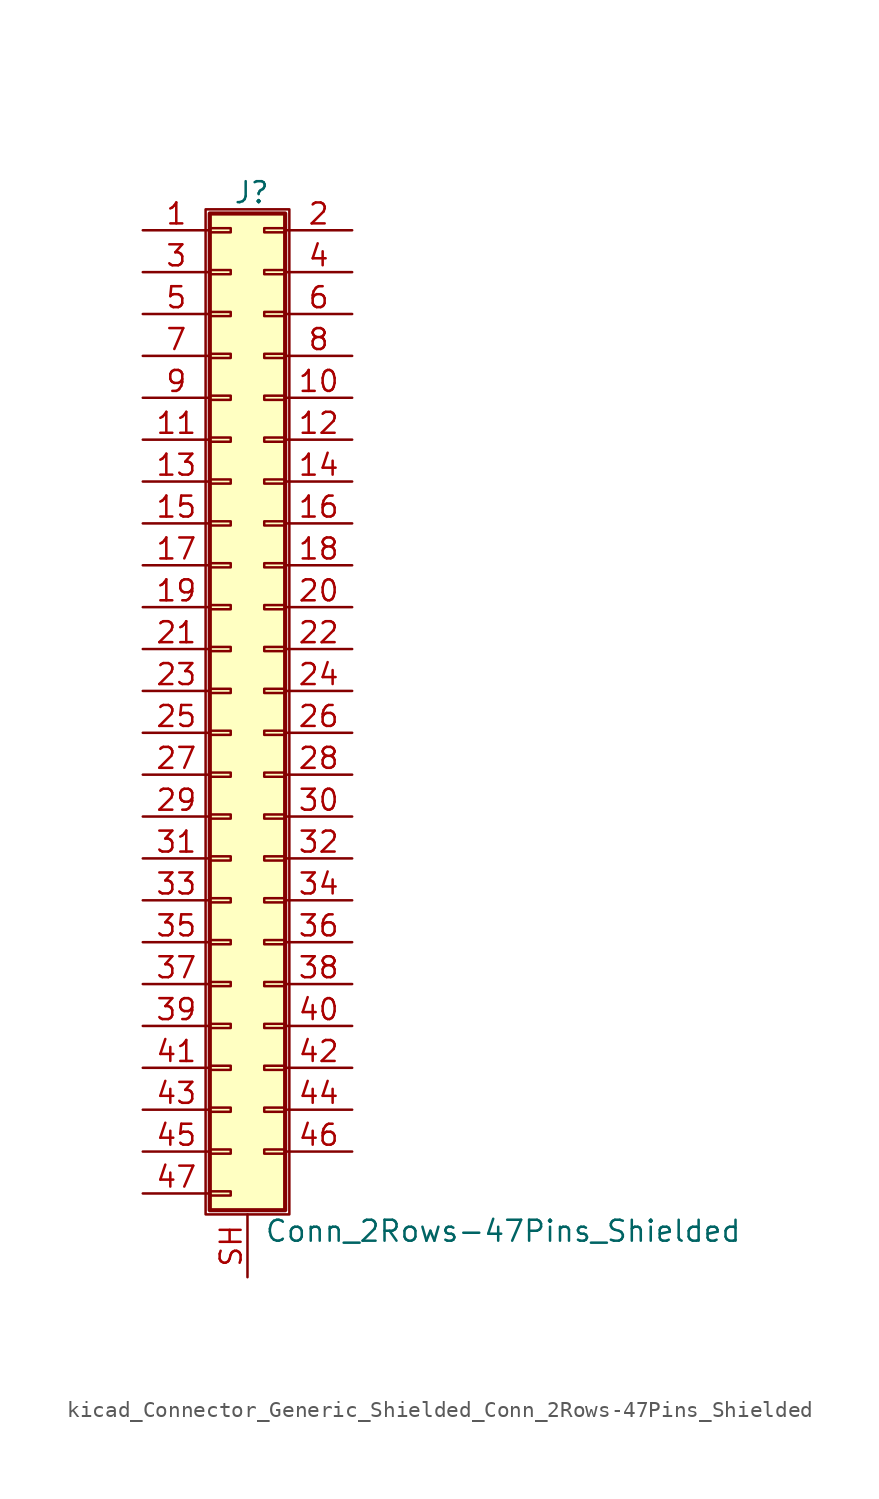
<source format=kicad_sym>
(kicad_symbol_lib
  (version 20220914)
  (generator kicad_symbol_editor)
  (symbol "kicad_Connector_Generic_Shielded_Conn_2Rows-47Pins_Shielded"
    (pin_names
      (offset 1.016) hide)
    (property "Reference" "J"
      (at 1.524 30.226 0)
      (effects (font (size 1.27 1.27))))
    (property "Value" "Conn_2Rows-47Pins_Shielded"
      (at 2.286 -32.766 0)
      (effects (font (size 1.27 1.27)) (justify left)))
    (symbol "kicad_Connector_Generic_Shielded_Conn_2Rows-47Pins_Shielded_1_1"
      (rectangle (start -1.27 29.21) (end 3.81 -31.75) (stroke (width 0.152) (type default)) (fill (type none)))
      (rectangle (start -1.016 -30.353) (end 0.254 -30.607) (stroke (width 0.152) (type default)) (fill (type none)))
      (rectangle (start -1.016 -27.813) (end 0.254 -28.067) (stroke (width 0.152) (type default)) (fill (type none)))
      (rectangle (start -1.016 -25.273) (end 0.254 -25.527) (stroke (width 0.152) (type default)) (fill (type none)))
      (rectangle (start -1.016 -22.733) (end 0.254 -22.987) (stroke (width 0.152) (type default)) (fill (type none)))
      (rectangle (start -1.016 -20.193) (end 0.254 -20.447) (stroke (width 0.152) (type default)) (fill (type none)))
      (rectangle (start -1.016 -17.653) (end 0.254 -17.907) (stroke (width 0.152) (type default)) (fill (type none)))
      (rectangle (start -1.016 -15.113) (end 0.254 -15.367) (stroke (width 0.152) (type default)) (fill (type none)))
      (rectangle (start -1.016 -12.573) (end 0.254 -12.827) (stroke (width 0.152) (type default)) (fill (type none)))
      (rectangle (start -1.016 -10.033) (end 0.254 -10.287) (stroke (width 0.152) (type default)) (fill (type none)))
      (rectangle (start -1.016 -7.493) (end 0.254 -7.747) (stroke (width 0.152) (type default)) (fill (type none)))
      (rectangle (start -1.016 -4.953) (end 0.254 -5.207) (stroke (width 0.152) (type default)) (fill (type none)))
      (rectangle (start -1.016 -2.413) (end 0.254 -2.667) (stroke (width 0.152) (type default)) (fill (type none)))
      (rectangle (start -1.016 0.127) (end 0.254 -0.127) (stroke (width 0.152) (type default)) (fill (type none)))
      (rectangle (start -1.016 2.667) (end 0.254 2.413) (stroke (width 0.152) (type default)) (fill (type none)))
      (rectangle (start -1.016 5.207) (end 0.254 4.953) (stroke (width 0.152) (type default)) (fill (type none)))
      (rectangle (start -1.016 7.747) (end 0.254 7.493) (stroke (width 0.152) (type default)) (fill (type none)))
      (rectangle (start -1.016 10.287) (end 0.254 10.033) (stroke (width 0.152) (type default)) (fill (type none)))
      (rectangle (start -1.016 12.827) (end 0.254 12.573) (stroke (width 0.152) (type default)) (fill (type none)))
      (rectangle (start -1.016 15.367) (end 0.254 15.113) (stroke (width 0.152) (type default)) (fill (type none)))
      (rectangle (start -1.016 17.907) (end 0.254 17.653) (stroke (width 0.152) (type default)) (fill (type none)))
      (rectangle (start -1.016 20.447) (end 0.254 20.193) (stroke (width 0.152) (type default)) (fill (type none)))
      (rectangle (start -1.016 22.987) (end 0.254 22.733) (stroke (width 0.152) (type default)) (fill (type none)))
      (rectangle (start -1.016 25.527) (end 0.254 25.273) (stroke (width 0.152) (type default)) (fill (type none)))
      (rectangle (start -1.016 28.067) (end 0.254 27.813) (stroke (width 0.152) (type default)) (fill (type none)))
      (rectangle (start -1.016 28.956) (end 3.556 -31.496) (stroke (width 0.254) (type default)) (fill (type background)))
      (rectangle (start 3.556 -27.813) (end 2.286 -28.067) (stroke (width 0.152) (type default)) (fill (type none)))
      (rectangle (start 3.556 -25.273) (end 2.286 -25.527) (stroke (width 0.152) (type default)) (fill (type none)))
      (rectangle (start 3.556 -22.733) (end 2.286 -22.987) (stroke (width 0.152) (type default)) (fill (type none)))
      (rectangle (start 3.556 -20.193) (end 2.286 -20.447) (stroke (width 0.152) (type default)) (fill (type none)))
      (rectangle (start 3.556 -17.653) (end 2.286 -17.907) (stroke (width 0.152) (type default)) (fill (type none)))
      (rectangle (start 3.556 -15.113) (end 2.286 -15.367) (stroke (width 0.152) (type default)) (fill (type none)))
      (rectangle (start 3.556 -12.573) (end 2.286 -12.827) (stroke (width 0.152) (type default)) (fill (type none)))
      (rectangle (start 3.556 -10.033) (end 2.286 -10.287) (stroke (width 0.152) (type default)) (fill (type none)))
      (rectangle (start 3.556 -7.493) (end 2.286 -7.747) (stroke (width 0.152) (type default)) (fill (type none)))
      (rectangle (start 3.556 -4.953) (end 2.286 -5.207) (stroke (width 0.152) (type default)) (fill (type none)))
      (rectangle (start 3.556 -2.413) (end 2.286 -2.667) (stroke (width 0.152) (type default)) (fill (type none)))
      (rectangle (start 3.556 0.127) (end 2.286 -0.127) (stroke (width 0.152) (type default)) (fill (type none)))
      (rectangle (start 3.556 2.667) (end 2.286 2.413) (stroke (width 0.152) (type default)) (fill (type none)))
      (rectangle (start 3.556 5.207) (end 2.286 4.953) (stroke (width 0.152) (type default)) (fill (type none)))
      (rectangle (start 3.556 7.747) (end 2.286 7.493) (stroke (width 0.152) (type default)) (fill (type none)))
      (rectangle (start 3.556 10.287) (end 2.286 10.033) (stroke (width 0.152) (type default)) (fill (type none)))
      (rectangle (start 3.556 12.827) (end 2.286 12.573) (stroke (width 0.152) (type default)) (fill (type none)))
      (rectangle (start 3.556 15.367) (end 2.286 15.113) (stroke (width 0.152) (type default)) (fill (type none)))
      (rectangle (start 3.556 17.907) (end 2.286 17.653) (stroke (width 0.152) (type default)) (fill (type none)))
      (rectangle (start 3.556 20.447) (end 2.286 20.193) (stroke (width 0.152) (type default)) (fill (type none)))
      (rectangle (start 3.556 22.987) (end 2.286 22.733) (stroke (width 0.152) (type default)) (fill (type none)))
      (rectangle (start 3.556 25.527) (end 2.286 25.273) (stroke (width 0.152) (type default)) (fill (type none)))
      (rectangle (start 3.556 28.067) (end 2.286 27.813) (stroke (width 0.152) (type default)) (fill (type none)))
      (pin passive line (at -5.08 27.94 0) (length 4.064) (name "Pin_1" (effects (font (size 1.27 1.27)))) (number "1" (effects (font (size 1.27 1.27)))))
      (pin passive line (at 7.62 17.78 180) (length 4.064) (name "Pin_10" (effects (font (size 1.27 1.27)))) (number "10" (effects (font (size 1.27 1.27)))))
      (pin passive line (at -5.08 15.24 0) (length 4.064) (name "Pin_11" (effects (font (size 1.27 1.27)))) (number "11" (effects (font (size 1.27 1.27)))))
      (pin passive line (at 7.62 15.24 180) (length 4.064) (name "Pin_12" (effects (font (size 1.27 1.27)))) (number "12" (effects (font (size 1.27 1.27)))))
      (pin passive line (at -5.08 12.7 0) (length 4.064) (name "Pin_13" (effects (font (size 1.27 1.27)))) (number "13" (effects (font (size 1.27 1.27)))))
      (pin passive line (at 7.62 12.7 180) (length 4.064) (name "Pin_14" (effects (font (size 1.27 1.27)))) (number "14" (effects (font (size 1.27 1.27)))))
      (pin passive line (at -5.08 10.16 0) (length 4.064) (name "Pin_15" (effects (font (size 1.27 1.27)))) (number "15" (effects (font (size 1.27 1.27)))))
      (pin passive line (at 7.62 10.16 180) (length 4.064) (name "Pin_16" (effects (font (size 1.27 1.27)))) (number "16" (effects (font (size 1.27 1.27)))))
      (pin passive line (at -5.08 7.62 0) (length 4.064) (name "Pin_17" (effects (font (size 1.27 1.27)))) (number "17" (effects (font (size 1.27 1.27)))))
      (pin passive line (at 7.62 7.62 180) (length 4.064) (name "Pin_18" (effects (font (size 1.27 1.27)))) (number "18" (effects (font (size 1.27 1.27)))))
      (pin passive line (at -5.08 5.08 0) (length 4.064) (name "Pin_19" (effects (font (size 1.27 1.27)))) (number "19" (effects (font (size 1.27 1.27)))))
      (pin passive line (at 7.62 27.94 180) (length 4.064) (name "Pin_2" (effects (font (size 1.27 1.27)))) (number "2" (effects (font (size 1.27 1.27)))))
      (pin passive line (at 7.62 5.08 180) (length 4.064) (name "Pin_20" (effects (font (size 1.27 1.27)))) (number "20" (effects (font (size 1.27 1.27)))))
      (pin passive line (at -5.08 2.54 0) (length 4.064) (name "Pin_21" (effects (font (size 1.27 1.27)))) (number "21" (effects (font (size 1.27 1.27)))))
      (pin passive line (at 7.62 2.54 180) (length 4.064) (name "Pin_22" (effects (font (size 1.27 1.27)))) (number "22" (effects (font (size 1.27 1.27)))))
      (pin passive line (at -5.08 0 0) (length 4.064) (name "Pin_23" (effects (font (size 1.27 1.27)))) (number "23" (effects (font (size 1.27 1.27)))))
      (pin passive line (at 7.62 0 180) (length 4.064) (name "Pin_24" (effects (font (size 1.27 1.27)))) (number "24" (effects (font (size 1.27 1.27)))))
      (pin passive line (at -5.08 -2.54 0) (length 4.064) (name "Pin_25" (effects (font (size 1.27 1.27)))) (number "25" (effects (font (size 1.27 1.27)))))
      (pin passive line (at 7.62 -2.54 180) (length 4.064) (name "Pin_26" (effects (font (size 1.27 1.27)))) (number "26" (effects (font (size 1.27 1.27)))))
      (pin passive line (at -5.08 -5.08 0) (length 4.064) (name "Pin_27" (effects (font (size 1.27 1.27)))) (number "27" (effects (font (size 1.27 1.27)))))
      (pin passive line (at 7.62 -5.08 180) (length 4.064) (name "Pin_28" (effects (font (size 1.27 1.27)))) (number "28" (effects (font (size 1.27 1.27)))))
      (pin passive line (at -5.08 -7.62 0) (length 4.064) (name "Pin_29" (effects (font (size 1.27 1.27)))) (number "29" (effects (font (size 1.27 1.27)))))
      (pin passive line (at -5.08 25.4 0) (length 4.064) (name "Pin_3" (effects (font (size 1.27 1.27)))) (number "3" (effects (font (size 1.27 1.27)))))
      (pin passive line (at 7.62 -7.62 180) (length 4.064) (name "Pin_30" (effects (font (size 1.27 1.27)))) (number "30" (effects (font (size 1.27 1.27)))))
      (pin passive line (at -5.08 -10.16 0) (length 4.064) (name "Pin_31" (effects (font (size 1.27 1.27)))) (number "31" (effects (font (size 1.27 1.27)))))
      (pin passive line (at 7.62 -10.16 180) (length 4.064) (name "Pin_32" (effects (font (size 1.27 1.27)))) (number "32" (effects (font (size 1.27 1.27)))))
      (pin passive line (at -5.08 -12.7 0) (length 4.064) (name "Pin_33" (effects (font (size 1.27 1.27)))) (number "33" (effects (font (size 1.27 1.27)))))
      (pin passive line (at 7.62 -12.7 180) (length 4.064) (name "Pin_34" (effects (font (size 1.27 1.27)))) (number "34" (effects (font (size 1.27 1.27)))))
      (pin passive line (at -5.08 -15.24 0) (length 4.064) (name "Pin_35" (effects (font (size 1.27 1.27)))) (number "35" (effects (font (size 1.27 1.27)))))
      (pin passive line (at 7.62 -15.24 180) (length 4.064) (name "Pin_36" (effects (font (size 1.27 1.27)))) (number "36" (effects (font (size 1.27 1.27)))))
      (pin passive line (at -5.08 -17.78 0) (length 4.064) (name "Pin_37" (effects (font (size 1.27 1.27)))) (number "37" (effects (font (size 1.27 1.27)))))
      (pin passive line (at 7.62 -17.78 180) (length 4.064) (name "Pin_38" (effects (font (size 1.27 1.27)))) (number "38" (effects (font (size 1.27 1.27)))))
      (pin passive line (at -5.08 -20.32 0) (length 4.064) (name "Pin_39" (effects (font (size 1.27 1.27)))) (number "39" (effects (font (size 1.27 1.27)))))
      (pin passive line (at 7.62 25.4 180) (length 4.064) (name "Pin_4" (effects (font (size 1.27 1.27)))) (number "4" (effects (font (size 1.27 1.27)))))
      (pin passive line (at 7.62 -20.32 180) (length 4.064) (name "Pin_40" (effects (font (size 1.27 1.27)))) (number "40" (effects (font (size 1.27 1.27)))))
      (pin passive line (at -5.08 -22.86 0) (length 4.064) (name "Pin_41" (effects (font (size 1.27 1.27)))) (number "41" (effects (font (size 1.27 1.27)))))
      (pin passive line (at 7.62 -22.86 180) (length 4.064) (name "Pin_42" (effects (font (size 1.27 1.27)))) (number "42" (effects (font (size 1.27 1.27)))))
      (pin passive line (at -5.08 -25.4 0) (length 4.064) (name "Pin_43" (effects (font (size 1.27 1.27)))) (number "43" (effects (font (size 1.27 1.27)))))
      (pin passive line (at 7.62 -25.4 180) (length 4.064) (name "Pin_44" (effects (font (size 1.27 1.27)))) (number "44" (effects (font (size 1.27 1.27)))))
      (pin passive line (at -5.08 -27.94 0) (length 4.064) (name "Pin_45" (effects (font (size 1.27 1.27)))) (number "45" (effects (font (size 1.27 1.27)))))
      (pin passive line (at 7.62 -27.94 180) (length 4.064) (name "Pin_46" (effects (font (size 1.27 1.27)))) (number "46" (effects (font (size 1.27 1.27)))))
      (pin passive line (at -5.08 -30.48 0) (length 4.064) (name "Pin_47" (effects (font (size 1.27 1.27)))) (number "47" (effects (font (size 1.27 1.27)))))
      (pin passive line (at -5.08 22.86 0) (length 4.064) (name "Pin_5" (effects (font (size 1.27 1.27)))) (number "5" (effects (font (size 1.27 1.27)))))
      (pin passive line (at 7.62 22.86 180) (length 4.064) (name "Pin_6" (effects (font (size 1.27 1.27)))) (number "6" (effects (font (size 1.27 1.27)))))
      (pin passive line (at -5.08 20.32 0) (length 4.064) (name "Pin_7" (effects (font (size 1.27 1.27)))) (number "7" (effects (font (size 1.27 1.27)))))
      (pin passive line (at 7.62 20.32 180) (length 4.064) (name "Pin_8" (effects (font (size 1.27 1.27)))) (number "8" (effects (font (size 1.27 1.27)))))
      (pin passive line (at -5.08 17.78 0) (length 4.064) (name "Pin_9" (effects (font (size 1.27 1.27)))) (number "9" (effects (font (size 1.27 1.27)))))
      (pin passive line (at 1.27 -35.56 90) (length 3.81) (name "Shield" (effects (font (size 1.27 1.27)))) (number "SH" (effects (font (size 1.27 1.27))))))))
</source>
